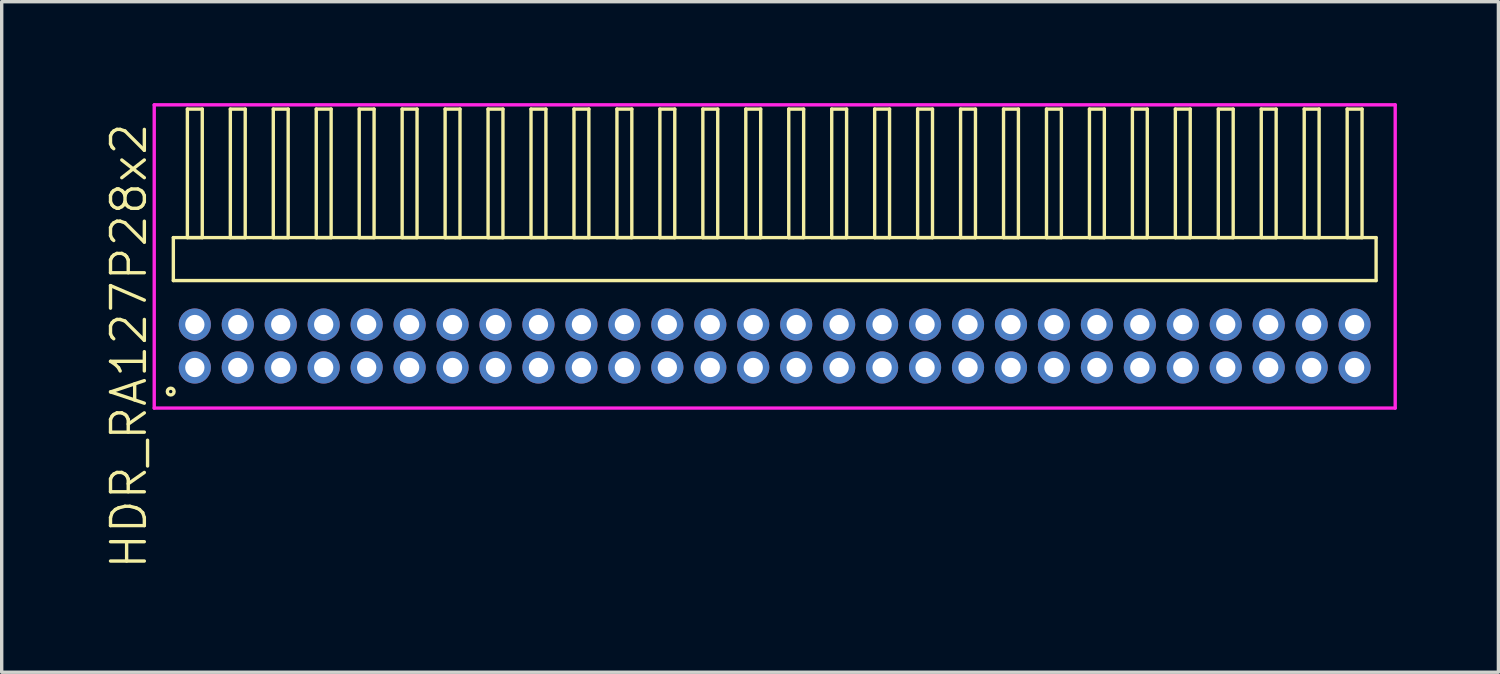
<source format=kicad_pcb>
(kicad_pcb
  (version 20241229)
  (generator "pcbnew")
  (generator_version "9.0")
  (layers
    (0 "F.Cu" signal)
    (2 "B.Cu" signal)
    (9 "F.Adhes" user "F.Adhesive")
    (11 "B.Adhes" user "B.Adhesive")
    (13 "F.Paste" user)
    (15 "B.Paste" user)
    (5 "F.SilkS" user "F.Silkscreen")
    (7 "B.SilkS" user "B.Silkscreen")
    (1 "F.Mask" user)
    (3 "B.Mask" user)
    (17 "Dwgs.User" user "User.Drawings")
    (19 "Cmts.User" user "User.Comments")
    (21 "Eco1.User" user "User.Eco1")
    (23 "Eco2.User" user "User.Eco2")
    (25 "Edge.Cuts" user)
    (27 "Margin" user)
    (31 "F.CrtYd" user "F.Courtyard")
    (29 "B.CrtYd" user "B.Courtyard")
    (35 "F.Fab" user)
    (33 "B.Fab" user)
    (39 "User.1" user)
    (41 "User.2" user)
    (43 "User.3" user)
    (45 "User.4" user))
  (footprint "HDR_RA127P28x2"
    (layer "F.Cu")
    (at 19.855 7.18)
    (property "Reference" "HDR_RA127P28x2" (at -19.095 0 90) (layer "F.SilkS") (effects (font (size 1 1) (thickness 0.1))))
    (attr through_hole)
    (fp_line (start -17.78 -3.205) (end -17.78 -1.935) (stroke (width 0.1) (type solid)) (layer "F.SilkS"))
    (fp_line (start -17.78 -1.935) (end 17.78 -1.935) (stroke (width 0.1) (type solid)) (layer "F.SilkS"))
    (fp_line (start -17.365 -7.005) (end -17.365 -3.205) (stroke (width 0.1) (type solid)) (layer "F.SilkS"))
    (fp_line (start -17.365 -3.205) (end -16.925 -3.205) (stroke (width 0.1) (type solid)) (layer "F.SilkS"))
    (fp_line (start -16.925 -7.005) (end -17.365 -7.005) (stroke (width 0.1) (type solid)) (layer "F.SilkS"))
    (fp_line (start -16.925 -3.205) (end -16.925 -7.005) (stroke (width 0.1) (type solid)) (layer "F.SilkS"))
    (fp_line (start -16.095 -7.005) (end -16.095 -3.205) (stroke (width 0.1) (type solid)) (layer "F.SilkS"))
    (fp_line (start -16.095 -3.205) (end -15.655 -3.205) (stroke (width 0.1) (type solid)) (layer "F.SilkS"))
    (fp_line (start -15.655 -7.005) (end -16.095 -7.005) (stroke (width 0.1) (type solid)) (layer "F.SilkS"))
    (fp_line (start -15.655 -3.205) (end -15.655 -7.005) (stroke (width 0.1) (type solid)) (layer "F.SilkS"))
    (fp_line (start -14.825 -7.005) (end -14.825 -3.205) (stroke (width 0.1) (type solid)) (layer "F.SilkS"))
    (fp_line (start -14.825 -3.205) (end -14.385 -3.205) (stroke (width 0.1) (type solid)) (layer "F.SilkS"))
    (fp_line (start -14.385 -7.005) (end -14.825 -7.005) (stroke (width 0.1) (type solid)) (layer "F.SilkS"))
    (fp_line (start -14.385 -3.205) (end -14.385 -7.005) (stroke (width 0.1) (type solid)) (layer "F.SilkS"))
    (fp_line (start -13.555 -7.005) (end -13.555 -3.205) (stroke (width 0.1) (type solid)) (layer "F.SilkS"))
    (fp_line (start -13.555 -3.205) (end -13.115 -3.205) (stroke (width 0.1) (type solid)) (layer "F.SilkS"))
    (fp_line (start -13.115 -7.005) (end -13.555 -7.005) (stroke (width 0.1) (type solid)) (layer "F.SilkS"))
    (fp_line (start -13.115 -3.205) (end -13.115 -7.005) (stroke (width 0.1) (type solid)) (layer "F.SilkS"))
    (fp_line (start -12.285 -7.005) (end -12.285 -3.205) (stroke (width 0.1) (type solid)) (layer "F.SilkS"))
    (fp_line (start -12.285 -3.205) (end -11.845 -3.205) (stroke (width 0.1) (type solid)) (layer "F.SilkS"))
    (fp_line (start -11.845 -7.005) (end -12.285 -7.005) (stroke (width 0.1) (type solid)) (layer "F.SilkS"))
    (fp_line (start -11.845 -3.205) (end -11.845 -7.005) (stroke (width 0.1) (type solid)) (layer "F.SilkS"))
    (fp_line (start -11.015 -7.005) (end -11.015 -3.205) (stroke (width 0.1) (type solid)) (layer "F.SilkS"))
    (fp_line (start -11.015 -3.205) (end -10.575 -3.205) (stroke (width 0.1) (type solid)) (layer "F.SilkS"))
    (fp_line (start -10.575 -7.005) (end -11.015 -7.005) (stroke (width 0.1) (type solid)) (layer "F.SilkS"))
    (fp_line (start -10.575 -3.205) (end -10.575 -7.005) (stroke (width 0.1) (type solid)) (layer "F.SilkS"))
    (fp_line (start -9.745 -7.005) (end -9.745 -3.205) (stroke (width 0.1) (type solid)) (layer "F.SilkS"))
    (fp_line (start -9.745 -3.205) (end -9.305 -3.205) (stroke (width 0.1) (type solid)) (layer "F.SilkS"))
    (fp_line (start -9.305 -7.005) (end -9.745 -7.005) (stroke (width 0.1) (type solid)) (layer "F.SilkS"))
    (fp_line (start -9.305 -3.205) (end -9.305 -7.005) (stroke (width 0.1) (type solid)) (layer "F.SilkS"))
    (fp_line (start -8.475 -7.005) (end -8.475 -3.205) (stroke (width 0.1) (type solid)) (layer "F.SilkS"))
    (fp_line (start -8.475 -3.205) (end -8.035 -3.205) (stroke (width 0.1) (type solid)) (layer "F.SilkS"))
    (fp_line (start -8.035 -7.005) (end -8.475 -7.005) (stroke (width 0.1) (type solid)) (layer "F.SilkS"))
    (fp_line (start -8.035 -3.205) (end -8.035 -7.005) (stroke (width 0.1) (type solid)) (layer "F.SilkS"))
    (fp_line (start -7.205 -7.005) (end -7.205 -3.205) (stroke (width 0.1) (type solid)) (layer "F.SilkS"))
    (fp_line (start -7.205 -3.205) (end -6.765 -3.205) (stroke (width 0.1) (type solid)) (layer "F.SilkS"))
    (fp_line (start -6.765 -7.005) (end -7.205 -7.005) (stroke (width 0.1) (type solid)) (layer "F.SilkS"))
    (fp_line (start -6.765 -3.205) (end -6.765 -7.005) (stroke (width 0.1) (type solid)) (layer "F.SilkS"))
    (fp_line (start -5.935 -7.005) (end -5.935 -3.205) (stroke (width 0.1) (type solid)) (layer "F.SilkS"))
    (fp_line (start -5.935 -3.205) (end -5.495 -3.205) (stroke (width 0.1) (type solid)) (layer "F.SilkS"))
    (fp_line (start -5.495 -7.005) (end -5.935 -7.005) (stroke (width 0.1) (type solid)) (layer "F.SilkS"))
    (fp_line (start -5.495 -3.205) (end -5.495 -7.005) (stroke (width 0.1) (type solid)) (layer "F.SilkS"))
    (fp_line (start -4.665 -7.005) (end -4.665 -3.205) (stroke (width 0.1) (type solid)) (layer "F.SilkS"))
    (fp_line (start -4.665 -3.205) (end -4.225 -3.205) (stroke (width 0.1) (type solid)) (layer "F.SilkS"))
    (fp_line (start -4.225 -7.005) (end -4.665 -7.005) (stroke (width 0.1) (type solid)) (layer "F.SilkS"))
    (fp_line (start -4.225 -3.205) (end -4.225 -7.005) (stroke (width 0.1) (type solid)) (layer "F.SilkS"))
    (fp_line (start -3.395 -7.005) (end -3.395 -3.205) (stroke (width 0.1) (type solid)) (layer "F.SilkS"))
    (fp_line (start -3.395 -3.205) (end -2.955 -3.205) (stroke (width 0.1) (type solid)) (layer "F.SilkS"))
    (fp_line (start -2.955 -7.005) (end -3.395 -7.005) (stroke (width 0.1) (type solid)) (layer "F.SilkS"))
    (fp_line (start -2.955 -3.205) (end -2.955 -7.005) (stroke (width 0.1) (type solid)) (layer "F.SilkS"))
    (fp_line (start -2.125 -7.005) (end -2.125 -3.205) (stroke (width 0.1) (type solid)) (layer "F.SilkS"))
    (fp_line (start -2.125 -3.205) (end -1.685 -3.205) (stroke (width 0.1) (type solid)) (layer "F.SilkS"))
    (fp_line (start -1.685 -7.005) (end -2.125 -7.005) (stroke (width 0.1) (type solid)) (layer "F.SilkS"))
    (fp_line (start -1.685 -3.205) (end -1.685 -7.005) (stroke (width 0.1) (type solid)) (layer "F.SilkS"))
    (fp_line (start -0.855 -7.005) (end -0.855 -3.205) (stroke (width 0.1) (type solid)) (layer "F.SilkS"))
    (fp_line (start -0.855 -3.205) (end -0.415 -3.205) (stroke (width 0.1) (type solid)) (layer "F.SilkS"))
    (fp_line (start -0.415 -7.005) (end -0.855 -7.005) (stroke (width 0.1) (type solid)) (layer "F.SilkS"))
    (fp_line (start -0.415 -3.205) (end -0.415 -7.005) (stroke (width 0.1) (type solid)) (layer "F.SilkS"))
    (fp_line (start 0.415 -7.005) (end 0.415 -3.205) (stroke (width 0.1) (type solid)) (layer "F.SilkS"))
    (fp_line (start 0.415 -3.205) (end 0.855 -3.205) (stroke (width 0.1) (type solid)) (layer "F.SilkS"))
    (fp_line (start 0.855 -7.005) (end 0.415 -7.005) (stroke (width 0.1) (type solid)) (layer "F.SilkS"))
    (fp_line (start 0.855 -3.205) (end 0.855 -7.005) (stroke (width 0.1) (type solid)) (layer "F.SilkS"))
    (fp_line (start 1.685 -7.005) (end 1.685 -3.205) (stroke (width 0.1) (type solid)) (layer "F.SilkS"))
    (fp_line (start 1.685 -3.205) (end 2.125 -3.205) (stroke (width 0.1) (type solid)) (layer "F.SilkS"))
    (fp_line (start 2.125 -7.005) (end 1.685 -7.005) (stroke (width 0.1) (type solid)) (layer "F.SilkS"))
    (fp_line (start 2.125 -3.205) (end 2.125 -7.005) (stroke (width 0.1) (type solid)) (layer "F.SilkS"))
    (fp_line (start 2.955 -7.005) (end 2.955 -3.205) (stroke (width 0.1) (type solid)) (layer "F.SilkS"))
    (fp_line (start 2.955 -3.205) (end 3.395 -3.205) (stroke (width 0.1) (type solid)) (layer "F.SilkS"))
    (fp_line (start 3.395 -7.005) (end 2.955 -7.005) (stroke (width 0.1) (type solid)) (layer "F.SilkS"))
    (fp_line (start 3.395 -3.205) (end 3.395 -7.005) (stroke (width 0.1) (type solid)) (layer "F.SilkS"))
    (fp_line (start 4.225 -7.005) (end 4.225 -3.205) (stroke (width 0.1) (type solid)) (layer "F.SilkS"))
    (fp_line (start 4.225 -3.205) (end 4.665 -3.205) (stroke (width 0.1) (type solid)) (layer "F.SilkS"))
    (fp_line (start 4.665 -7.005) (end 4.225 -7.005) (stroke (width 0.1) (type solid)) (layer "F.SilkS"))
    (fp_line (start 4.665 -3.205) (end 4.665 -7.005) (stroke (width 0.1) (type solid)) (layer "F.SilkS"))
    (fp_line (start 5.495 -7.005) (end 5.495 -3.205) (stroke (width 0.1) (type solid)) (layer "F.SilkS"))
    (fp_line (start 5.495 -3.205) (end 5.935 -3.205) (stroke (width 0.1) (type solid)) (layer "F.SilkS"))
    (fp_line (start 5.935 -7.005) (end 5.495 -7.005) (stroke (width 0.1) (type solid)) (layer "F.SilkS"))
    (fp_line (start 5.935 -3.205) (end 5.935 -7.005) (stroke (width 0.1) (type solid)) (layer "F.SilkS"))
    (fp_line (start 6.765 -7.005) (end 6.765 -3.205) (stroke (width 0.1) (type solid)) (layer "F.SilkS"))
    (fp_line (start 6.765 -3.205) (end 7.205 -3.205) (stroke (width 0.1) (type solid)) (layer "F.SilkS"))
    (fp_line (start 7.205 -7.005) (end 6.765 -7.005) (stroke (width 0.1) (type solid)) (layer "F.SilkS"))
    (fp_line (start 7.205 -3.205) (end 7.205 -7.005) (stroke (width 0.1) (type solid)) (layer "F.SilkS"))
    (fp_line (start 8.035 -7.005) (end 8.035 -3.205) (stroke (width 0.1) (type solid)) (layer "F.SilkS"))
    (fp_line (start 8.035 -3.205) (end 8.475 -3.205) (stroke (width 0.1) (type solid)) (layer "F.SilkS"))
    (fp_line (start 8.475 -7.005) (end 8.035 -7.005) (stroke (width 0.1) (type solid)) (layer "F.SilkS"))
    (fp_line (start 8.475 -3.205) (end 8.475 -7.005) (stroke (width 0.1) (type solid)) (layer "F.SilkS"))
    (fp_line (start 9.305 -7.005) (end 9.305 -3.205) (stroke (width 0.1) (type solid)) (layer "F.SilkS"))
    (fp_line (start 9.305 -3.205) (end 9.745 -3.205) (stroke (width 0.1) (type solid)) (layer "F.SilkS"))
    (fp_line (start 9.745 -7.005) (end 9.305 -7.005) (stroke (width 0.1) (type solid)) (layer "F.SilkS"))
    (fp_line (start 9.745 -3.205) (end 9.745 -7.005) (stroke (width 0.1) (type solid)) (layer "F.SilkS"))
    (fp_line (start 10.575 -7.005) (end 10.575 -3.205) (stroke (width 0.1) (type solid)) (layer "F.SilkS"))
    (fp_line (start 10.575 -3.205) (end 11.015 -3.205) (stroke (width 0.1) (type solid)) (layer "F.SilkS"))
    (fp_line (start 11.015 -7.005) (end 10.575 -7.005) (stroke (width 0.1) (type solid)) (layer "F.SilkS"))
    (fp_line (start 11.015 -3.205) (end 11.015 -7.005) (stroke (width 0.1) (type solid)) (layer "F.SilkS"))
    (fp_line (start 11.845 -7.005) (end 11.845 -3.205) (stroke (width 0.1) (type solid)) (layer "F.SilkS"))
    (fp_line (start 11.845 -3.205) (end 12.285 -3.205) (stroke (width 0.1) (type solid)) (layer "F.SilkS"))
    (fp_line (start 12.285 -7.005) (end 11.845 -7.005) (stroke (width 0.1) (type solid)) (layer "F.SilkS"))
    (fp_line (start 12.285 -3.205) (end 12.285 -7.005) (stroke (width 0.1) (type solid)) (layer "F.SilkS"))
    (fp_line (start 13.115 -7.005) (end 13.115 -3.205) (stroke (width 0.1) (type solid)) (layer "F.SilkS"))
    (fp_line (start 13.115 -3.205) (end 13.555 -3.205) (stroke (width 0.1) (type solid)) (layer "F.SilkS"))
    (fp_line (start 13.555 -7.005) (end 13.115 -7.005) (stroke (width 0.1) (type solid)) (layer "F.SilkS"))
    (fp_line (start 13.555 -3.205) (end 13.555 -7.005) (stroke (width 0.1) (type solid)) (layer "F.SilkS"))
    (fp_line (start 14.385 -7.005) (end 14.385 -3.205) (stroke (width 0.1) (type solid)) (layer "F.SilkS"))
    (fp_line (start 14.385 -3.205) (end 14.825 -3.205) (stroke (width 0.1) (type solid)) (layer "F.SilkS"))
    (fp_line (start 14.825 -7.005) (end 14.385 -7.005) (stroke (width 0.1) (type solid)) (layer "F.SilkS"))
    (fp_line (start 14.825 -3.205) (end 14.825 -7.005) (stroke (width 0.1) (type solid)) (layer "F.SilkS"))
    (fp_line (start 15.655 -7.005) (end 15.655 -3.205) (stroke (width 0.1) (type solid)) (layer "F.SilkS"))
    (fp_line (start 15.655 -3.205) (end 16.095 -3.205) (stroke (width 0.1) (type solid)) (layer "F.SilkS"))
    (fp_line (start 16.095 -7.005) (end 15.655 -7.005) (stroke (width 0.1) (type solid)) (layer "F.SilkS"))
    (fp_line (start 16.095 -3.205) (end 16.095 -7.005) (stroke (width 0.1) (type solid)) (layer "F.SilkS"))
    (fp_line (start 16.925 -7.005) (end 16.925 -3.205) (stroke (width 0.1) (type solid)) (layer "F.SilkS"))
    (fp_line (start 16.925 -3.205) (end 17.365 -3.205) (stroke (width 0.1) (type solid)) (layer "F.SilkS"))
    (fp_line (start 17.365 -7.005) (end 16.925 -7.005) (stroke (width 0.1) (type solid)) (layer "F.SilkS"))
    (fp_line (start 17.365 -3.205) (end 17.365 -7.005) (stroke (width 0.1) (type solid)) (layer "F.SilkS"))
    (fp_line (start 17.78 -3.205) (end -17.78 -3.205) (stroke (width 0.1) (type solid)) (layer "F.SilkS"))
    (fp_line (start 17.78 -1.935) (end 17.78 -3.205) (stroke (width 0.1) (type solid)) (layer "F.SilkS"))
    (fp_circle (center -17.858 1.347) (end -17.758 1.347) (stroke (width 0.1) (type solid)) (fill no) (layer "F.SilkS"))
    (fp_line (start -18.345 -7.13) (end -18.345 1.835) (stroke (width 0.1) (type solid)) (layer "F.CrtYd"))
    (fp_line (start -18.345 1.835) (end 18.345 1.835) (stroke (width 0.1) (type solid)) (layer "F.CrtYd"))
    (fp_line (start 18.345 -7.13) (end -18.345 -7.13) (stroke (width 0.1) (type solid)) (layer "F.CrtYd"))
    (fp_line (start 18.345 1.835) (end 18.345 -7.13) (stroke (width 0.1) (type solid)) (layer "F.CrtYd"))
    (pad "1" thru_hole oval (at -17.145 0.635) (size 0.95 0.95) (drill 0.57) (layers "*.Cu" "*.Mask"))
    (pad "2" thru_hole oval (at -17.145 -0.635) (size 0.95 0.95) (drill 0.57) (layers "*.Cu" "*.Mask"))
    (pad "3" thru_hole oval (at -15.875 0.635) (size 0.95 0.95) (drill 0.57) (layers "*.Cu" "*.Mask"))
    (pad "4" thru_hole oval (at -15.875 -0.635) (size 0.95 0.95) (drill 0.57) (layers "*.Cu" "*.Mask"))
    (pad "5" thru_hole oval (at -14.605 0.635) (size 0.95 0.95) (drill 0.57) (layers "*.Cu" "*.Mask"))
    (pad "6" thru_hole oval (at -14.605 -0.635) (size 0.95 0.95) (drill 0.57) (layers "*.Cu" "*.Mask"))
    (pad "7" thru_hole oval (at -13.335 0.635) (size 0.95 0.95) (drill 0.57) (layers "*.Cu" "*.Mask"))
    (pad "8" thru_hole oval (at -13.335 -0.635) (size 0.95 0.95) (drill 0.57) (layers "*.Cu" "*.Mask"))
    (pad "9" thru_hole oval (at -12.065 0.635) (size 0.95 0.95) (drill 0.57) (layers "*.Cu" "*.Mask"))
    (pad "10" thru_hole oval (at -12.065 -0.635) (size 0.95 0.95) (drill 0.57) (layers "*.Cu" "*.Mask"))
    (pad "11" thru_hole oval (at -10.795 0.635) (size 0.95 0.95) (drill 0.57) (layers "*.Cu" "*.Mask"))
    (pad "12" thru_hole oval (at -10.795 -0.635) (size 0.95 0.95) (drill 0.57) (layers "*.Cu" "*.Mask"))
    (pad "13" thru_hole oval (at -9.525 0.635) (size 0.95 0.95) (drill 0.57) (layers "*.Cu" "*.Mask"))
    (pad "14" thru_hole oval (at -9.525 -0.635) (size 0.95 0.95) (drill 0.57) (layers "*.Cu" "*.Mask"))
    (pad "15" thru_hole oval (at -8.255 0.635) (size 0.95 0.95) (drill 0.57) (layers "*.Cu" "*.Mask"))
    (pad "16" thru_hole oval (at -8.255 -0.635) (size 0.95 0.95) (drill 0.57) (layers "*.Cu" "*.Mask"))
    (pad "17" thru_hole oval (at -6.985 0.635) (size 0.95 0.95) (drill 0.57) (layers "*.Cu" "*.Mask"))
    (pad "18" thru_hole oval (at -6.985 -0.635) (size 0.95 0.95) (drill 0.57) (layers "*.Cu" "*.Mask"))
    (pad "19" thru_hole oval (at -5.715 0.635) (size 0.95 0.95) (drill 0.57) (layers "*.Cu" "*.Mask"))
    (pad "20" thru_hole oval (at -5.715 -0.635) (size 0.95 0.95) (drill 0.57) (layers "*.Cu" "*.Mask"))
    (pad "21" thru_hole oval (at -4.445 0.635) (size 0.95 0.95) (drill 0.57) (layers "*.Cu" "*.Mask"))
    (pad "22" thru_hole oval (at -4.445 -0.635) (size 0.95 0.95) (drill 0.57) (layers "*.Cu" "*.Mask"))
    (pad "23" thru_hole oval (at -3.175 0.635) (size 0.95 0.95) (drill 0.57) (layers "*.Cu" "*.Mask"))
    (pad "24" thru_hole oval (at -3.175 -0.635) (size 0.95 0.95) (drill 0.57) (layers "*.Cu" "*.Mask"))
    (pad "25" thru_hole oval (at -1.905 0.635) (size 0.95 0.95) (drill 0.57) (layers "*.Cu" "*.Mask"))
    (pad "26" thru_hole oval (at -1.905 -0.635) (size 0.95 0.95) (drill 0.57) (layers "*.Cu" "*.Mask"))
    (pad "27" thru_hole oval (at -0.635 0.635) (size 0.95 0.95) (drill 0.57) (layers "*.Cu" "*.Mask"))
    (pad "28" thru_hole oval (at -0.635 -0.635) (size 0.95 0.95) (drill 0.57) (layers "*.Cu" "*.Mask"))
    (pad "29" thru_hole oval (at 0.635 0.635) (size 0.95 0.95) (drill 0.57) (layers "*.Cu" "*.Mask"))
    (pad "30" thru_hole oval (at 0.635 -0.635) (size 0.95 0.95) (drill 0.57) (layers "*.Cu" "*.Mask"))
    (pad "31" thru_hole oval (at 1.905 0.635) (size 0.95 0.95) (drill 0.57) (layers "*.Cu" "*.Mask"))
    (pad "32" thru_hole oval (at 1.905 -0.635) (size 0.95 0.95) (drill 0.57) (layers "*.Cu" "*.Mask"))
    (pad "33" thru_hole oval (at 3.175 0.635) (size 0.95 0.95) (drill 0.57) (layers "*.Cu" "*.Mask"))
    (pad "34" thru_hole oval (at 3.175 -0.635) (size 0.95 0.95) (drill 0.57) (layers "*.Cu" "*.Mask"))
    (pad "35" thru_hole oval (at 4.445 0.635) (size 0.95 0.95) (drill 0.57) (layers "*.Cu" "*.Mask"))
    (pad "36" thru_hole oval (at 4.445 -0.635) (size 0.95 0.95) (drill 0.57) (layers "*.Cu" "*.Mask"))
    (pad "37" thru_hole oval (at 5.715 0.635) (size 0.95 0.95) (drill 0.57) (layers "*.Cu" "*.Mask"))
    (pad "38" thru_hole oval (at 5.715 -0.635) (size 0.95 0.95) (drill 0.57) (layers "*.Cu" "*.Mask"))
    (pad "39" thru_hole oval (at 6.985 0.635) (size 0.95 0.95) (drill 0.57) (layers "*.Cu" "*.Mask"))
    (pad "40" thru_hole oval (at 6.985 -0.635) (size 0.95 0.95) (drill 0.57) (layers "*.Cu" "*.Mask"))
    (pad "41" thru_hole oval (at 8.255 0.635) (size 0.95 0.95) (drill 0.57) (layers "*.Cu" "*.Mask"))
    (pad "42" thru_hole oval (at 8.255 -0.635) (size 0.95 0.95) (drill 0.57) (layers "*.Cu" "*.Mask"))
    (pad "43" thru_hole oval (at 9.525 0.635) (size 0.95 0.95) (drill 0.57) (layers "*.Cu" "*.Mask"))
    (pad "44" thru_hole oval (at 9.525 -0.635) (size 0.95 0.95) (drill 0.57) (layers "*.Cu" "*.Mask"))
    (pad "45" thru_hole oval (at 10.795 0.635) (size 0.95 0.95) (drill 0.57) (layers "*.Cu" "*.Mask"))
    (pad "46" thru_hole oval (at 10.795 -0.635) (size 0.95 0.95) (drill 0.57) (layers "*.Cu" "*.Mask"))
    (pad "47" thru_hole oval (at 12.065 0.635) (size 0.95 0.95) (drill 0.57) (layers "*.Cu" "*.Mask"))
    (pad "48" thru_hole oval (at 12.065 -0.635) (size 0.95 0.95) (drill 0.57) (layers "*.Cu" "*.Mask"))
    (pad "49" thru_hole oval (at 13.335 0.635) (size 0.95 0.95) (drill 0.57) (layers "*.Cu" "*.Mask"))
    (pad "50" thru_hole oval (at 13.335 -0.635) (size 0.95 0.95) (drill 0.57) (layers "*.Cu" "*.Mask"))
    (pad "51" thru_hole oval (at 14.605 0.635) (size 0.95 0.95) (drill 0.57) (layers "*.Cu" "*.Mask"))
    (pad "52" thru_hole oval (at 14.605 -0.635) (size 0.95 0.95) (drill 0.57) (layers "*.Cu" "*.Mask"))
    (pad "53" thru_hole oval (at 15.875 0.635) (size 0.95 0.95) (drill 0.57) (layers "*.Cu" "*.Mask"))
    (pad "54" thru_hole oval (at 15.875 -0.635) (size 0.95 0.95) (drill 0.57) (layers "*.Cu" "*.Mask"))
    (pad "55" thru_hole oval (at 17.145 0.635) (size 0.95 0.95) (drill 0.57) (layers "*.Cu" "*.Mask"))
    (pad "56" thru_hole oval (at 17.145 -0.635) (size 0.95 0.95) (drill 0.57) (layers "*.Cu" "*.Mask")))
  (gr_rect
    (start -3 -3)
    (end 41.251 16.825)
    (stroke (width 0.1) (type default))
    (fill no)
    (layer "Edge.Cuts")))
</source>
